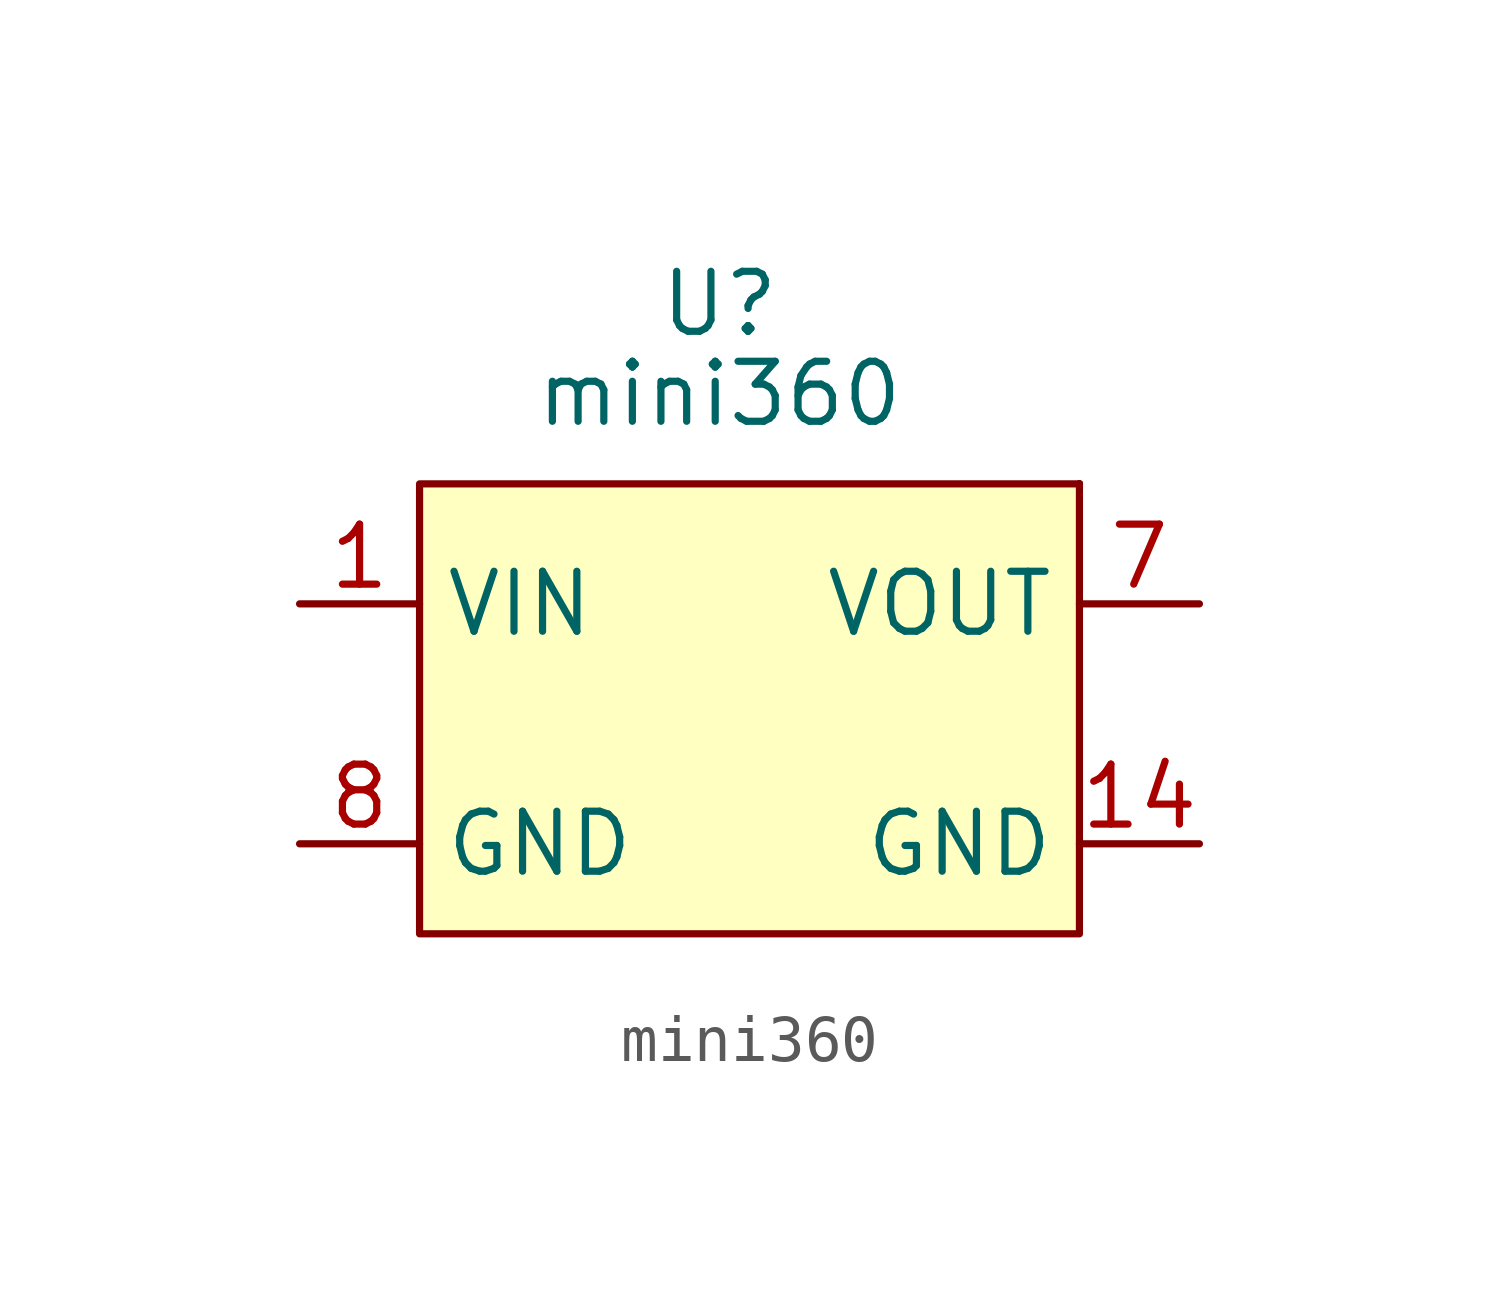
<source format=kicad_sym>
(kicad_symbol_lib
  (version 20211014)
  (generator kicad_symbol_editor)
  (symbol "mini360"
    (property "Reference" "U"
      (at 0 8.89 0)
      (effects (font (size 1.27 1.27))))
    (property "Value" "mini360"
      (at 0 6.985 0)
      (effects (font (size 1.27 1.27))))
    (symbol "mini360_0_1"
      (rectangle (start 7.62 5.08) (end -6.35 -4.445) (stroke (width 0) (type default) (color 0 0 0 0)) (fill (type background)))
      (rectangle (start 7.62 5.08) (end 7.62 5.08) (stroke (width 0) (type default) (color 0 0 0 0)) (fill (type none)))
      (rectangle (start 7.62 5.08) (end 7.62 5.08) (stroke (width 0) (type default) (color 0 0 0 0)) (fill (type none)))
      (rectangle (start 7.62 5.08) (end 7.62 5.08) (stroke (width 0) (type default) (color 0 0 0 0)) (fill (type none)))
      (rectangle (start 7.62 5.08) (end 7.62 5.08) (stroke (width 0) (type default) (color 0 0 0 0)) (fill (type none))))
    (symbol "mini360_1_1"
      (pin power_in line (at -8.89 2.54 0) (length 2.54) (name "VIN" (effects (font (size 1.27 1.27)))) (number "1" (effects (font (size 1.27 1.27)))))
      (pin power_in line (at -8.89 -2.54 0) (length 2.54) hide (name "GND" (effects (font (size 1.27 1.27)))) (number "10" (effects (font (size 1.27 1.27)))))
      (pin power_in line (at -8.89 -2.54 0) (length 2.54) hide (name "GND" (effects (font (size 1.27 1.27)))) (number "11" (effects (font (size 1.27 1.27)))))
      (pin power_in line (at -8.89 -2.54 0) (length 2.54) hide (name "GND" (effects (font (size 1.27 1.27)))) (number "12" (effects (font (size 1.27 1.27)))))
      (pin power_in line (at -8.89 -2.54 0) (length 2.54) hide (name "GND" (effects (font (size 1.27 1.27)))) (number "13" (effects (font (size 1.27 1.27)))))
      (pin power_in line (at 10.16 -2.54 180) (length 2.54) (name "GND" (effects (font (size 1.27 1.27)))) (number "14" (effects (font (size 1.27 1.27)))))
      (pin power_in line (at -8.89 -2.54 0) (length 2.54) hide (name "GND" (effects (font (size 1.27 1.27)))) (number "2" (effects (font (size 1.27 1.27)))))
      (pin power_in line (at -8.89 -2.54 0) (length 2.54) hide (name "GND" (effects (font (size 1.27 1.27)))) (number "3" (effects (font (size 1.27 1.27)))))
      (pin power_in line (at -8.89 -2.54 0) (length 2.54) hide (name "GND" (effects (font (size 1.27 1.27)))) (number "4" (effects (font (size 1.27 1.27)))))
      (pin power_in line (at -8.89 -2.54 0) (length 2.54) hide (name "GND" (effects (font (size 1.27 1.27)))) (number "5" (effects (font (size 1.27 1.27)))))
      (pin power_in line (at -8.89 -2.54 0) (length 2.54) hide (name "GND" (effects (font (size 1.27 1.27)))) (number "6" (effects (font (size 1.27 1.27)))))
      (pin power_out line (at 10.16 2.54 180) (length 2.54) (name "VOUT" (effects (font (size 1.27 1.27)))) (number "7" (effects (font (size 1.27 1.27)))))
      (pin power_in line (at -8.89 -2.54 0) (length 2.54) (name "GND" (effects (font (size 1.27 1.27)))) (number "8" (effects (font (size 1.27 1.27)))))
      (pin power_in line (at -8.89 -2.54 0) (length 2.54) hide (name "GND" (effects (font (size 1.27 1.27)))) (number "9" (effects (font (size 1.27 1.27))))))))
</source>
